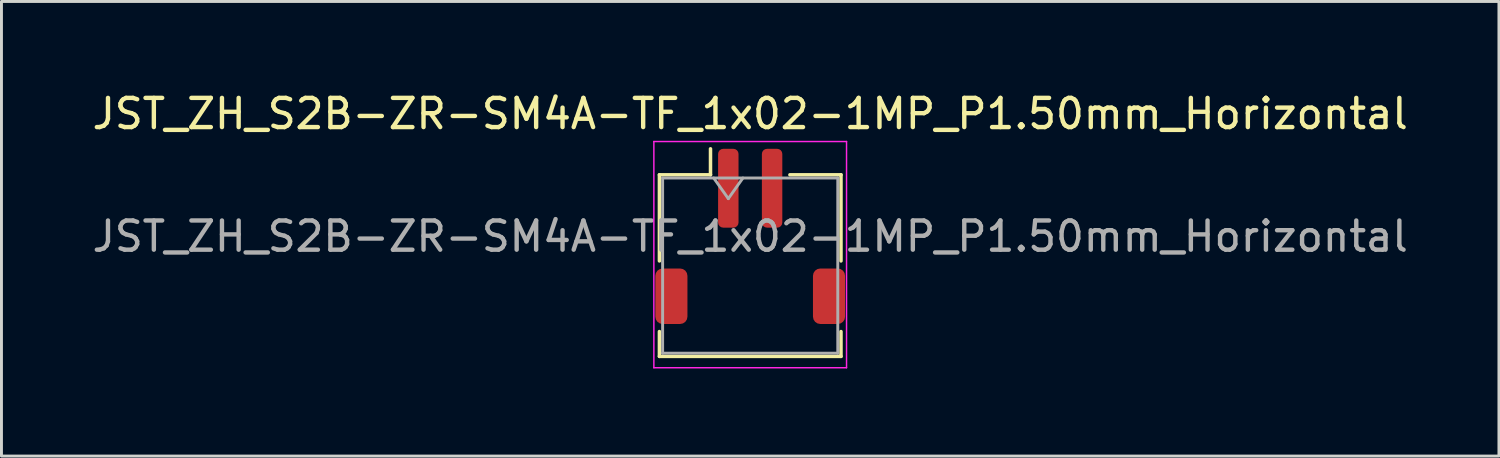
<source format=kicad_pcb>
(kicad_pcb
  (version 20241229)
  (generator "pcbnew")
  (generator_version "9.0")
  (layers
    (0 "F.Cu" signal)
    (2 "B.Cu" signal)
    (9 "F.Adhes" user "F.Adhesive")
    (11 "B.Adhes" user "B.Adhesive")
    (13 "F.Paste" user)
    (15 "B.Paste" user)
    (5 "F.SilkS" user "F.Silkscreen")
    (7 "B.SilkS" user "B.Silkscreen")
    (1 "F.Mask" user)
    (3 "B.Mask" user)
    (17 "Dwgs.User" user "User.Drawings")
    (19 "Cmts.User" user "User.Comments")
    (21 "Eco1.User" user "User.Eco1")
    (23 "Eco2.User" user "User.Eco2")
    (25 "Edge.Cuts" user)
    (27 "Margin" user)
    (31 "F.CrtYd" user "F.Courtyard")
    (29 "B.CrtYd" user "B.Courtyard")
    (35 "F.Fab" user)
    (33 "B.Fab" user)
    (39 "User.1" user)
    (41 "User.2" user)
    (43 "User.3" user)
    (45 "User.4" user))
  (footprint "JST_ZH_S2B-ZR-SM4A-TF_1x02-1MP_P1.50mm_Horizontal"
    (layer "F.Cu")
    (at 22.649 5.048)
    (property "Reference" "JST_ZH_S2B-ZR-SM4A-TF_1x02-1MP_P1.50mm_Horizontal" (at 0 -4.2 0) (layer "F.SilkS") (effects (font (size 1 1) (thickness 0.15))))
    (attr smd)
    (fp_line (start -3.11 -2.11) (end -1.36 -2.11) (stroke (width 0.12) (type solid)) (layer "F.SilkS"))
    (fp_line (start -3.11 0.84) (end -3.11 -2.11) (stroke (width 0.12) (type solid)) (layer "F.SilkS"))
    (fp_line (start -3.11 3.26) (end -3.11 4.11) (stroke (width 0.12) (type solid)) (layer "F.SilkS"))
    (fp_line (start -3.11 4.11) (end 3.11 4.11) (stroke (width 0.12) (type solid)) (layer "F.SilkS"))
    (fp_line (start -1.36 -2.11) (end -1.36 -3) (stroke (width 0.12) (type solid)) (layer "F.SilkS"))
    (fp_line (start 3.11 -2.11) (end 1.36 -2.11) (stroke (width 0.12) (type solid)) (layer "F.SilkS"))
    (fp_line (start 3.11 0.84) (end 3.11 -2.11) (stroke (width 0.12) (type solid)) (layer "F.SilkS"))
    (fp_line (start 3.11 4.11) (end 3.11 3.26) (stroke (width 0.12) (type solid)) (layer "F.SilkS"))
    (fp_line (start -3.3 -3.25) (end -3.3 4.5) (stroke (width 0.05) (type solid)) (layer "F.CrtYd"))
    (fp_line (start -3.3 4.5) (end 3.3 4.5) (stroke (width 0.05) (type solid)) (layer "F.CrtYd"))
    (fp_line (start 3.3 -3.25) (end -3.3 -3.25) (stroke (width 0.05) (type solid)) (layer "F.CrtYd"))
    (fp_line (start 3.3 4.5) (end 3.3 -3.25) (stroke (width 0.05) (type solid)) (layer "F.CrtYd"))
    (fp_line (start -3 -2) (end -3 4) (stroke (width 0.1) (type solid)) (layer "F.Fab"))
    (fp_line (start -3 -2) (end 3 -2) (stroke (width 0.1) (type solid)) (layer "F.Fab"))
    (fp_line (start -3 4) (end 3 4) (stroke (width 0.1) (type solid)) (layer "F.Fab"))
    (fp_line (start -1.25 -2) (end -0.75 -1.293) (stroke (width 0.1) (type solid)) (layer "F.Fab"))
    (fp_line (start -0.75 -1.293) (end -0.25 -2) (stroke (width 0.1) (type solid)) (layer "F.Fab"))
    (fp_line (start 3 -2) (end 3 4) (stroke (width 0.1) (type solid)) (layer "F.Fab"))
    (fp_text user "${REFERENCE}" (at 0 0 0) (layer "F.Fab") (effects (font (size 1 1) (thickness 0.15))))
    (pad "1" smd roundrect (at -0.75 -1.65) (size 0.7 2.7) (layers "F.Cu" "F.Mask" "F.Paste") (roundrect_rratio 0.25))
    (pad "2" smd roundrect (at 0.75 -1.65) (size 0.7 2.7) (layers "F.Cu" "F.Mask" "F.Paste") (roundrect_rratio 0.25))
    (pad "MP" smd roundrect (at -2.7 2.05) (size 1.1 1.9) (layers "F.Cu" "F.Mask" "F.Paste") (roundrect_rratio 0.227))
    (pad "MP" smd roundrect (at 2.7 2.05) (size 1.1 1.9) (layers "F.Cu" "F.Mask" "F.Paste") (roundrect_rratio 0.227)))
  (gr_rect
    (start -3 -3)
    (end 48.298 12.573)
    (stroke (width 0.1) (type default))
    (fill no)
    (layer "Edge.Cuts")))
</source>
